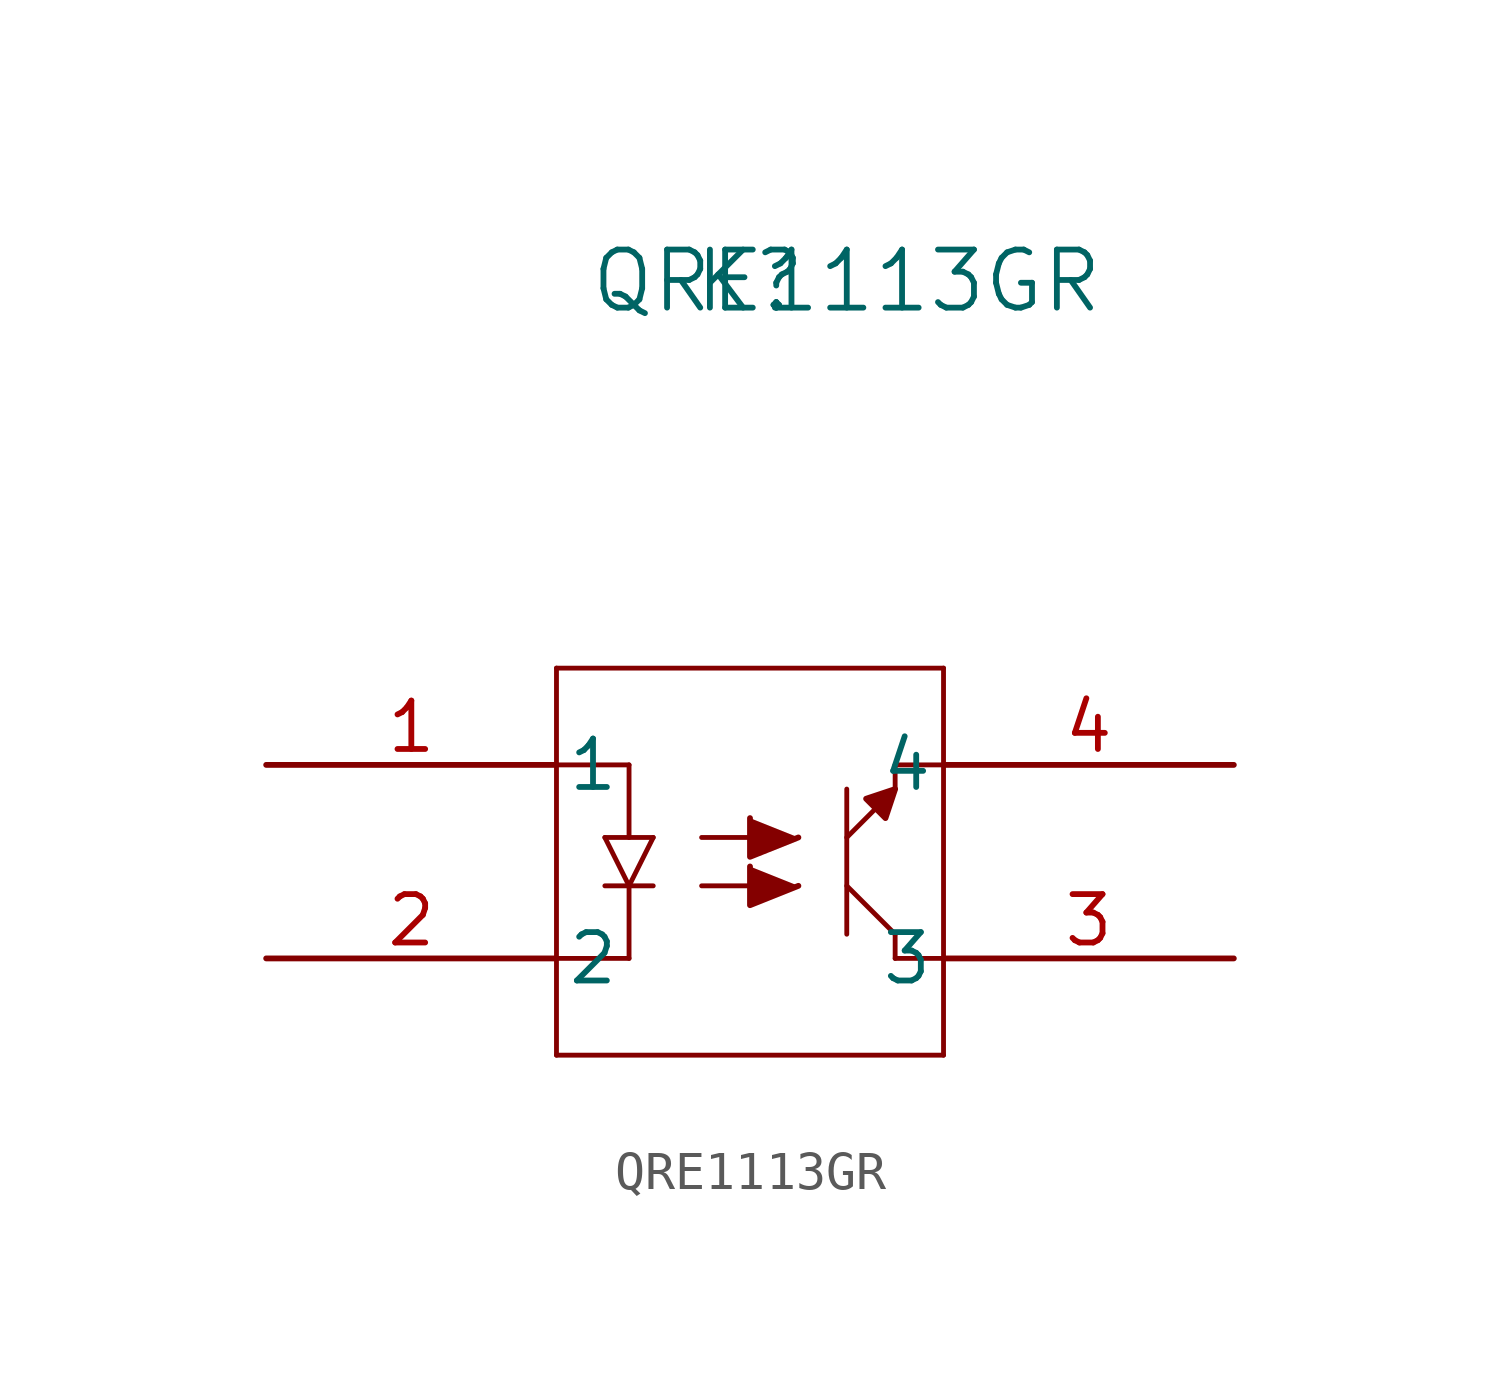
<source format=kicad_sym>
(kicad_symbol_lib
  (version 20211014)
  (generator kicad_symbol_editor)
  (symbol "QRE1113GR"
    (pin_names
      (offset 0.254))
    (property "Reference" "K"
      (at 12.7 12.7 0)
      (effects (font (size 1.524 1.524))))
    (property "Value" "QRE1113GR"
      (at 15.24 12.7 0)
      (effects (font (size 1.524 1.524))))
    (symbol "QRE1113GR_0_1"
      (polyline (pts (xy 16.51 -4.445) (xy 16.51 -5.08)) (stroke (width 0.127) (type default) (color 0 0 0 0)) (fill (type none)))
      (polyline (pts (xy 15.24 -0.635) (xy 15.24 -4.445)) (stroke (width 0.127) (type default) (color 0 0 0 0)) (fill (type none)))
      (polyline (pts (xy 16.51 -4.445) (xy 15.24 -3.175)) (stroke (width 0.127) (type default) (color 0 0 0 0)) (fill (type none)))
      (polyline (pts (xy 7.62 2.54) (xy 7.62 -7.62)) (stroke (width 0.127) (type default) (color 0 0 0 0)) (fill (type none)))
      (polyline (pts (xy 15.24 -1.905) (xy 16.192 -0.953)) (stroke (width 0.127) (type default) (color 0 0 0 0)) (fill (type none)))
      (polyline (pts (xy 7.62 -7.62) (xy 17.78 -7.62)) (stroke (width 0.127) (type default) (color 0 0 0 0)) (fill (type none)))
      (polyline (pts (xy 11.43 -3.175) (xy 12.7 -3.175)) (stroke (width 0.127) (type default) (color 0 0 0 0)) (fill (type none)))
      (polyline (pts (xy 11.43 -1.905) (xy 12.7 -1.905)) (stroke (width 0.127) (type default) (color 0 0 0 0)) (fill (type none)))
      (polyline (pts (xy 9.525 -3.175) (xy 9.525 -5.08)) (stroke (width 0.127) (type default) (color 0 0 0 0)) (fill (type none)))
      (polyline (pts (xy 17.78 -7.62) (xy 17.78 2.54)) (stroke (width 0.127) (type default) (color 0 0 0 0)) (fill (type none)))
      (polyline (pts (xy 16.51 0) (xy 16.51 -0.635)) (stroke (width 0.127) (type default) (color 0 0 0 0)) (fill (type none)))
      (polyline (pts (xy 17.78 2.54) (xy 7.62 2.54)) (stroke (width 0.127) (type default) (color 0 0 0 0)) (fill (type none)))
      (polyline (pts (xy 10.16 -1.905) (xy 8.89 -1.905)) (stroke (width 0.127) (type default) (color 0 0 0 0)) (fill (type none)))
      (polyline (pts (xy 16.51 -5.08) (xy 17.78 -5.08)) (stroke (width 0.127) (type default) (color 0 0 0 0)) (fill (type none)))
      (polyline (pts (xy 9.525 -1.905) (xy 9.525 0)) (stroke (width 0.127) (type default) (color 0 0 0 0)) (fill (type none)))
      (polyline (pts (xy 16.51 0) (xy 17.78 0)) (stroke (width 0.127) (type default) (color 0 0 0 0)) (fill (type none)))
      (polyline (pts (xy 7.62 0) (xy 9.525 0)) (stroke (width 0.127) (type default) (color 0 0 0 0)) (fill (type none)))
      (polyline (pts (xy 7.62 -5.08) (xy 9.525 -5.08)) (stroke (width 0.127) (type default) (color 0 0 0 0)) (fill (type none)))
      (polyline (pts (xy 8.89 -1.905) (xy 9.525 -3.175)) (stroke (width 0.127) (type default) (color 0 0 0 0)) (fill (type none)))
      (polyline (pts (xy 16.51 -0.635) (xy 15.748 -0.889) (xy 16.256 -1.397) (xy 16.51 -0.635)) (stroke (width 0) (type default) (color 0 0 0 0)) (fill (type outline)))
      (polyline (pts (xy 13.97 -1.905) (xy 12.7 -2.413) (xy 12.7 -1.397)) (stroke (width 0) (type default) (color 0 0 0 0)) (fill (type outline)))
      (polyline (pts (xy 13.97 -3.175) (xy 12.7 -3.683) (xy 12.7 -2.667)) (stroke (width 0) (type default) (color 0 0 0 0)) (fill (type outline)))
      (polyline (pts (xy 9.525 -3.175) (xy 10.16 -1.905)) (stroke (width 0.127) (type default) (color 0 0 0 0)) (fill (type none)))
      (polyline (pts (xy 10.16 -3.175) (xy 8.89 -3.175)) (stroke (width 0.127) (type default) (color 0 0 0 0)) (fill (type none)))
      (pin unspecified line (at 0 0 0) (length 7.62) (name "1" (effects (font (size 1.27 1.27)))) (number "1" (effects (font (size 1.27 1.27)))))
      (pin unspecified line (at 0 -5.08 0) (length 7.62) (name "2" (effects (font (size 1.27 1.27)))) (number "2" (effects (font (size 1.27 1.27)))))
      (pin unspecified line (at 25.4 -5.08 180) (length 7.62) (name "3" (effects (font (size 1.27 1.27)))) (number "3" (effects (font (size 1.27 1.27)))))
      (pin unspecified line (at 25.4 0 180) (length 7.62) (name "4" (effects (font (size 1.27 1.27)))) (number "4" (effects (font (size 1.27 1.27))))))))
</source>
